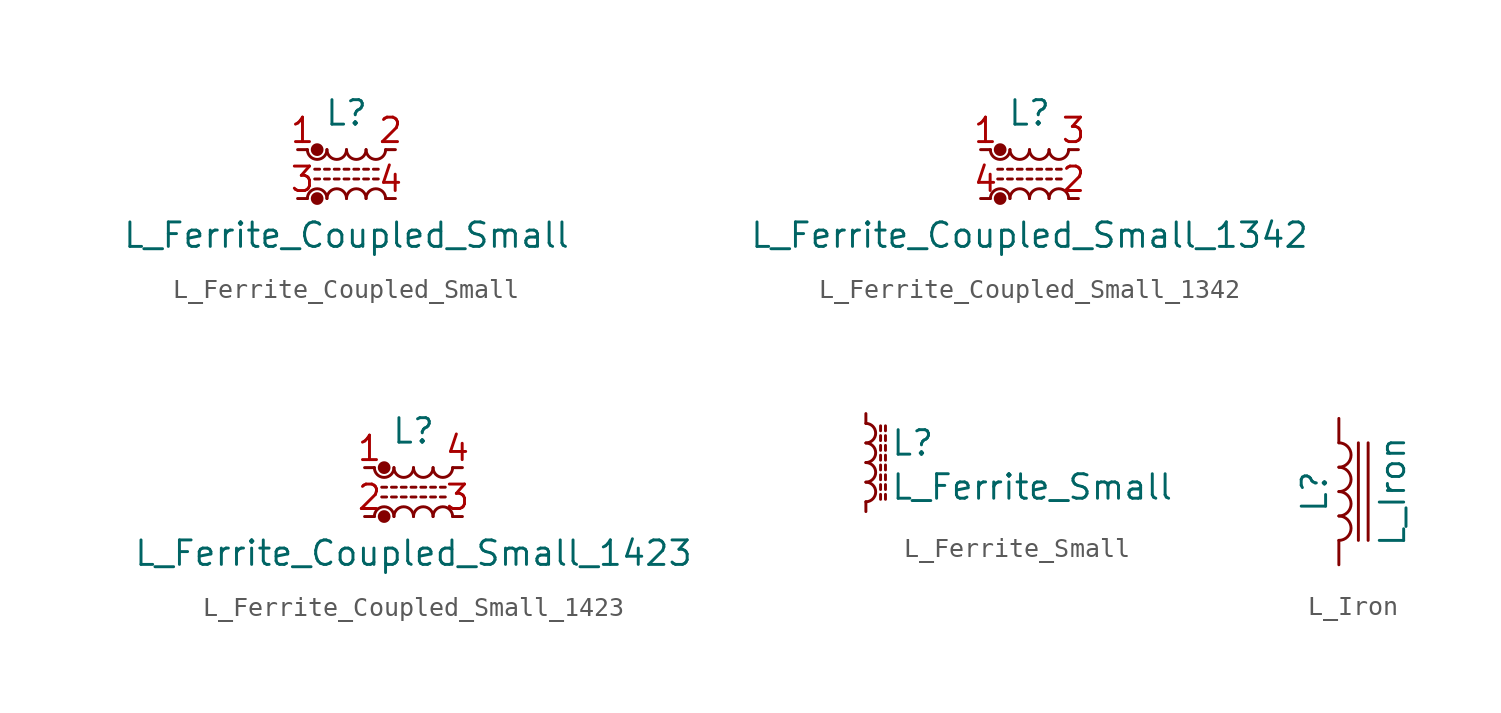
<source format=kicad_sym>
(kicad_symbol_lib
  (version 20241209)
  (generator "kicad_symbol_editor")
  (generator_version "9.0")
  (symbol "L_Ferrite_Coupled_Small"
    (pin_names
      (offset 0.254)
      (hide yes))
    (property "Reference" "L"
      (at 0 3.175 0)
      (effects (font (size 1.27 1.27))))
    (property "Value" "L_Ferrite_Coupled_Small"
      (at 0 -3.175 0)
      (effects (font (size 1.27 1.27))))
    (symbol "L_Ferrite_Coupled_Small_0_1"
      (polyline (pts (xy -1.651 0.254) (xy -1.397 0.254)) (stroke (width 0) (type solid)) (fill (type none)))
      (circle (center -1.524 1.27) (radius 0.254) (stroke (width 0) (type solid)) (fill (type outline)))
      (arc (start -1.016 1.27) (mid -1.524 0.762) (end -2.032 1.27) (stroke (width 0) (type solid)) (fill (type none)))
      (arc (start -2.032 -1.27) (mid -1.524 -0.762) (end -1.016 -1.27) (stroke (width 0) (type solid)) (fill (type none)))
      (circle (center -1.524 -1.27) (radius 0.254) (stroke (width 0) (type solid)) (fill (type outline)))
      (polyline (pts (xy -1.397 -0.254) (xy -1.651 -0.254)) (stroke (width 0) (type solid)) (fill (type none)))
      (polyline (pts (xy -1.143 0.254) (xy -0.889 0.254)) (stroke (width 0) (type solid)) (fill (type none)))
      (polyline (pts (xy -0.889 -0.254) (xy -1.143 -0.254)) (stroke (width 0) (type solid)) (fill (type none)))
      (polyline (pts (xy -0.635 0.254) (xy -0.381 0.254)) (stroke (width 0) (type solid)) (fill (type none)))
      (arc (start 0 1.27) (mid -0.508 0.762) (end -1.016 1.27) (stroke (width 0) (type solid)) (fill (type none)))
      (arc (start -1.016 -1.27) (mid -0.508 -0.762) (end 0 -1.27) (stroke (width 0) (type solid)) (fill (type none)))
      (polyline (pts (xy -0.381 -0.254) (xy -0.635 -0.254)) (stroke (width 0) (type solid)) (fill (type none)))
      (polyline (pts (xy -0.127 0.254) (xy 0.127 0.254)) (stroke (width 0) (type solid)) (fill (type none)))
      (polyline (pts (xy 0.127 -0.254) (xy -0.127 -0.254)) (stroke (width 0) (type solid)) (fill (type none)))
      (polyline (pts (xy 0.381 0.254) (xy 0.635 0.254)) (stroke (width 0) (type solid)) (fill (type none)))
      (arc (start 1.016 1.27) (mid 0.508 0.762) (end 0 1.27) (stroke (width 0) (type solid)) (fill (type none)))
      (arc (start 0 -1.27) (mid 0.508 -0.762) (end 1.016 -1.27) (stroke (width 0) (type solid)) (fill (type none)))
      (polyline (pts (xy 0.635 -0.254) (xy 0.381 -0.254)) (stroke (width 0) (type solid)) (fill (type none)))
      (polyline (pts (xy 0.889 0.254) (xy 1.143 0.254)) (stroke (width 0) (type solid)) (fill (type none)))
      (polyline (pts (xy 1.143 -0.254) (xy 0.889 -0.254)) (stroke (width 0) (type solid)) (fill (type none)))
      (polyline (pts (xy 1.397 0.254) (xy 1.651 0.254)) (stroke (width 0) (type solid)) (fill (type none)))
      (arc (start 2.032 1.27) (mid 1.524 0.762) (end 1.016 1.27) (stroke (width 0) (type solid)) (fill (type none)))
      (arc (start 1.016 -1.27) (mid 1.524 -0.762) (end 2.032 -1.27) (stroke (width 0) (type solid)) (fill (type none)))
      (polyline (pts (xy 1.651 -0.254) (xy 1.397 -0.254)) (stroke (width 0) (type solid)) (fill (type none))))
    (symbol "L_Ferrite_Coupled_Small_1_1"
      (pin passive line (at -2.54 1.27 0) (length 0.508) (name "1" (effects (font (size 1.27 1.27)))) (number "1" (effects (font (size 1.27 1.27)))))
      (pin passive line (at -2.54 -1.27 0) (length 0.508) (name "3" (effects (font (size 1.27 1.27)))) (number "3" (effects (font (size 1.27 1.27)))))
      (pin passive line (at 2.54 1.27 180) (length 0.508) (name "2" (effects (font (size 1.27 1.27)))) (number "2" (effects (font (size 1.27 1.27)))))
      (pin passive line (at 2.54 -1.27 180) (length 0.508) (name "4" (effects (font (size 1.27 1.27)))) (number "4" (effects (font (size 1.27 1.27)))))))
  (symbol "L_Ferrite_Coupled_Small_1342"
    (pin_names
      (offset 0.254)
      (hide yes))
    (property "Reference" "L"
      (at 0 3.175 0)
      (effects (font (size 1.27 1.27))))
    (property "Value" "L_Ferrite_Coupled_Small_1342"
      (at 0 -3.175 0)
      (effects (font (size 1.27 1.27))))
    (symbol "L_Ferrite_Coupled_Small_1342_0_1"
      (polyline (pts (xy -1.651 0.254) (xy -1.397 0.254)) (stroke (width 0) (type solid)) (fill (type none)))
      (circle (center -1.524 1.27) (radius 0.254) (stroke (width 0) (type solid)) (fill (type outline)))
      (arc (start -1.016 1.27) (mid -1.524 0.762) (end -2.032 1.27) (stroke (width 0) (type solid)) (fill (type none)))
      (arc (start -2.032 -1.27) (mid -1.524 -0.762) (end -1.016 -1.27) (stroke (width 0) (type solid)) (fill (type none)))
      (circle (center -1.524 -1.27) (radius 0.254) (stroke (width 0) (type solid)) (fill (type outline)))
      (polyline (pts (xy -1.397 -0.254) (xy -1.651 -0.254)) (stroke (width 0) (type solid)) (fill (type none)))
      (polyline (pts (xy -1.143 0.254) (xy -0.889 0.254)) (stroke (width 0) (type solid)) (fill (type none)))
      (polyline (pts (xy -0.889 -0.254) (xy -1.143 -0.254)) (stroke (width 0) (type solid)) (fill (type none)))
      (polyline (pts (xy -0.635 0.254) (xy -0.381 0.254)) (stroke (width 0) (type solid)) (fill (type none)))
      (arc (start 0 1.27) (mid -0.508 0.762) (end -1.016 1.27) (stroke (width 0) (type solid)) (fill (type none)))
      (arc (start -1.016 -1.27) (mid -0.508 -0.762) (end 0 -1.27) (stroke (width 0) (type solid)) (fill (type none)))
      (polyline (pts (xy -0.381 -0.254) (xy -0.635 -0.254)) (stroke (width 0) (type solid)) (fill (type none)))
      (polyline (pts (xy -0.127 0.254) (xy 0.127 0.254)) (stroke (width 0) (type solid)) (fill (type none)))
      (polyline (pts (xy 0.127 -0.254) (xy -0.127 -0.254)) (stroke (width 0) (type solid)) (fill (type none)))
      (polyline (pts (xy 0.381 0.254) (xy 0.635 0.254)) (stroke (width 0) (type solid)) (fill (type none)))
      (arc (start 1.016 1.27) (mid 0.508 0.762) (end 0 1.27) (stroke (width 0) (type solid)) (fill (type none)))
      (arc (start 0 -1.27) (mid 0.508 -0.762) (end 1.016 -1.27) (stroke (width 0) (type solid)) (fill (type none)))
      (polyline (pts (xy 0.635 -0.254) (xy 0.381 -0.254)) (stroke (width 0) (type solid)) (fill (type none)))
      (polyline (pts (xy 0.889 0.254) (xy 1.143 0.254)) (stroke (width 0) (type solid)) (fill (type none)))
      (polyline (pts (xy 1.143 -0.254) (xy 0.889 -0.254)) (stroke (width 0) (type solid)) (fill (type none)))
      (polyline (pts (xy 1.397 0.254) (xy 1.651 0.254)) (stroke (width 0) (type solid)) (fill (type none)))
      (arc (start 2.032 1.27) (mid 1.524 0.762) (end 1.016 1.27) (stroke (width 0) (type solid)) (fill (type none)))
      (arc (start 1.016 -1.27) (mid 1.524 -0.762) (end 2.032 -1.27) (stroke (width 0) (type solid)) (fill (type none)))
      (polyline (pts (xy 1.651 -0.254) (xy 1.397 -0.254)) (stroke (width 0) (type solid)) (fill (type none))))
    (symbol "L_Ferrite_Coupled_Small_1342_1_1"
      (pin passive line (at -2.54 1.27 0) (length 0.508) (name "1" (effects (font (size 1.27 1.27)))) (number "1" (effects (font (size 1.27 1.27)))))
      (pin passive line (at -2.54 -1.27 0) (length 0.508) (name "4" (effects (font (size 1.27 1.27)))) (number "4" (effects (font (size 1.27 1.27)))))
      (pin passive line (at 2.54 1.27 180) (length 0.508) (name "3" (effects (font (size 1.27 1.27)))) (number "3" (effects (font (size 1.27 1.27)))))
      (pin passive line (at 2.54 -1.27 180) (length 0.508) (name "2" (effects (font (size 1.27 1.27)))) (number "2" (effects (font (size 1.27 1.27)))))))
  (symbol "L_Ferrite_Coupled_Small_1423"
    (pin_names
      (offset 0.254)
      (hide yes))
    (property "Reference" "L"
      (at 0 3.175 0)
      (effects (font (size 1.27 1.27))))
    (property "Value" "L_Ferrite_Coupled_Small_1423"
      (at 0 -3.175 0)
      (effects (font (size 1.27 1.27))))
    (symbol "L_Ferrite_Coupled_Small_1423_0_1"
      (polyline (pts (xy -1.651 0.254) (xy -1.397 0.254)) (stroke (width 0) (type solid)) (fill (type none)))
      (circle (center -1.524 1.27) (radius 0.254) (stroke (width 0) (type solid)) (fill (type outline)))
      (arc (start -1.016 1.27) (mid -1.524 0.762) (end -2.032 1.27) (stroke (width 0) (type solid)) (fill (type none)))
      (arc (start -2.032 -1.27) (mid -1.524 -0.762) (end -1.016 -1.27) (stroke (width 0) (type solid)) (fill (type none)))
      (circle (center -1.524 -1.27) (radius 0.254) (stroke (width 0) (type solid)) (fill (type outline)))
      (polyline (pts (xy -1.397 -0.254) (xy -1.651 -0.254)) (stroke (width 0) (type solid)) (fill (type none)))
      (polyline (pts (xy -1.143 0.254) (xy -0.889 0.254)) (stroke (width 0) (type solid)) (fill (type none)))
      (polyline (pts (xy -0.889 -0.254) (xy -1.143 -0.254)) (stroke (width 0) (type solid)) (fill (type none)))
      (polyline (pts (xy -0.635 0.254) (xy -0.381 0.254)) (stroke (width 0) (type solid)) (fill (type none)))
      (arc (start 0 1.27) (mid -0.508 0.762) (end -1.016 1.27) (stroke (width 0) (type solid)) (fill (type none)))
      (arc (start -1.016 -1.27) (mid -0.508 -0.762) (end 0 -1.27) (stroke (width 0) (type solid)) (fill (type none)))
      (polyline (pts (xy -0.381 -0.254) (xy -0.635 -0.254)) (stroke (width 0) (type solid)) (fill (type none)))
      (polyline (pts (xy -0.127 0.254) (xy 0.127 0.254)) (stroke (width 0) (type solid)) (fill (type none)))
      (polyline (pts (xy 0.127 -0.254) (xy -0.127 -0.254)) (stroke (width 0) (type solid)) (fill (type none)))
      (polyline (pts (xy 0.381 0.254) (xy 0.635 0.254)) (stroke (width 0) (type solid)) (fill (type none)))
      (arc (start 1.016 1.27) (mid 0.508 0.762) (end 0 1.27) (stroke (width 0) (type solid)) (fill (type none)))
      (arc (start 0 -1.27) (mid 0.508 -0.762) (end 1.016 -1.27) (stroke (width 0) (type solid)) (fill (type none)))
      (polyline (pts (xy 0.635 -0.254) (xy 0.381 -0.254)) (stroke (width 0) (type solid)) (fill (type none)))
      (polyline (pts (xy 0.889 0.254) (xy 1.143 0.254)) (stroke (width 0) (type solid)) (fill (type none)))
      (polyline (pts (xy 1.143 -0.254) (xy 0.889 -0.254)) (stroke (width 0) (type solid)) (fill (type none)))
      (polyline (pts (xy 1.397 0.254) (xy 1.651 0.254)) (stroke (width 0) (type solid)) (fill (type none)))
      (arc (start 2.032 1.27) (mid 1.524 0.762) (end 1.016 1.27) (stroke (width 0) (type solid)) (fill (type none)))
      (arc (start 1.016 -1.27) (mid 1.524 -0.762) (end 2.032 -1.27) (stroke (width 0) (type solid)) (fill (type none)))
      (polyline (pts (xy 1.651 -0.254) (xy 1.397 -0.254)) (stroke (width 0) (type solid)) (fill (type none))))
    (symbol "L_Ferrite_Coupled_Small_1423_1_1"
      (pin passive line (at -2.54 1.27 0) (length 0.508) (name "1" (effects (font (size 1.27 1.27)))) (number "1" (effects (font (size 1.27 1.27)))))
      (pin passive line (at -2.54 -1.27 0) (length 0.508) (name "2" (effects (font (size 1.27 1.27)))) (number "2" (effects (font (size 1.27 1.27)))))
      (pin passive line (at 2.54 1.27 180) (length 0.508) (name "4" (effects (font (size 1.27 1.27)))) (number "4" (effects (font (size 1.27 1.27)))))
      (pin passive line (at 2.54 -1.27 180) (length 0.508) (name "3" (effects (font (size 1.27 1.27)))) (number "3" (effects (font (size 1.27 1.27)))))))
  (symbol "L_Ferrite_Small"
    (pin_numbers
      (hide yes))
    (pin_names
      (offset 0.254)
      (hide yes))
    (property "Reference" "L"
      (at 1.27 1.016 0)
      (effects (font (size 1.27 1.27)) (justify left)))
    (property "Value" "L_Ferrite_Small"
      (at 1.27 -1.27 0)
      (effects (font (size 1.27 1.27)) (justify left)))
    (symbol "L_Ferrite_Small_0_1"
      (arc (start 0 2.032) (mid 0.508 1.524) (end 0 1.016) (stroke (width 0) (type solid)) (fill (type none)))
      (arc (start 0 1.016) (mid 0.508 0.508) (end 0 0) (stroke (width 0) (type solid)) (fill (type none)))
      (arc (start 0 0) (mid 0.508 -0.508) (end 0 -1.016) (stroke (width 0) (type solid)) (fill (type none)))
      (arc (start 0 -1.016) (mid 0.508 -1.524) (end 0 -2.032) (stroke (width 0) (type solid)) (fill (type none)))
      (polyline (pts (xy 0.762 1.651) (xy 0.762 1.905)) (stroke (width 0) (type solid)) (fill (type none)))
      (polyline (pts (xy 0.762 1.143) (xy 0.762 1.397)) (stroke (width 0) (type solid)) (fill (type none)))
      (polyline (pts (xy 0.762 0.635) (xy 0.762 0.889)) (stroke (width 0) (type solid)) (fill (type none)))
      (polyline (pts (xy 0.762 0.127) (xy 0.762 0.381)) (stroke (width 0) (type solid)) (fill (type none)))
      (polyline (pts (xy 0.762 -0.381) (xy 0.762 -0.127)) (stroke (width 0) (type solid)) (fill (type none)))
      (polyline (pts (xy 0.762 -0.889) (xy 0.762 -0.635)) (stroke (width 0) (type solid)) (fill (type none)))
      (polyline (pts (xy 0.762 -1.397) (xy 0.762 -1.143)) (stroke (width 0) (type solid)) (fill (type none)))
      (polyline (pts (xy 0.762 -1.905) (xy 0.762 -1.651)) (stroke (width 0) (type solid)) (fill (type none)))
      (polyline (pts (xy 1.016 1.905) (xy 1.016 1.651)) (stroke (width 0) (type solid)) (fill (type none)))
      (polyline (pts (xy 1.016 1.397) (xy 1.016 1.143)) (stroke (width 0) (type solid)) (fill (type none)))
      (polyline (pts (xy 1.016 0.889) (xy 1.016 0.635)) (stroke (width 0) (type solid)) (fill (type none)))
      (polyline (pts (xy 1.016 0.381) (xy 1.016 0.127)) (stroke (width 0) (type solid)) (fill (type none)))
      (polyline (pts (xy 1.016 -0.127) (xy 1.016 -0.381)) (stroke (width 0) (type solid)) (fill (type none)))
      (polyline (pts (xy 1.016 -0.635) (xy 1.016 -0.889)) (stroke (width 0) (type solid)) (fill (type none)))
      (polyline (pts (xy 1.016 -1.143) (xy 1.016 -1.397)) (stroke (width 0) (type solid)) (fill (type none)))
      (polyline (pts (xy 1.016 -1.651) (xy 1.016 -1.905)) (stroke (width 0) (type solid)) (fill (type none))))
    (symbol "L_Ferrite_Small_1_1"
      (pin passive line (at 0 2.54 270) (length 0.508) (name "~" (effects (font (size 1.27 1.27)))) (number "1" (effects (font (size 1.27 1.27)))))
      (pin passive line (at 0 -2.54 90) (length 0.508) (name "~" (effects (font (size 1.27 1.27)))) (number "2" (effects (font (size 1.27 1.27)))))))
  (symbol "L_Iron"
    (pin_numbers
      (hide yes))
    (pin_names
      (offset 1.016)
      (hide yes))
    (property "Reference" "L"
      (at -1.27 0 90)
      (effects (font (size 1.27 1.27))))
    (property "Value" "L_Iron"
      (at 2.794 0 90)
      (effects (font (size 1.27 1.27))))
    (symbol "L_Iron_0_1"
      (arc (start 0 2.54) (mid 0.635 1.905) (end 0 1.27) (stroke (width 0) (type solid)) (fill (type none)))
      (arc (start 0 1.27) (mid 0.635 0.635) (end 0 0) (stroke (width 0) (type solid)) (fill (type none)))
      (arc (start 0 0) (mid 0.635 -0.635) (end 0 -1.27) (stroke (width 0) (type solid)) (fill (type none)))
      (arc (start 0 -1.27) (mid 0.635 -1.905) (end 0 -2.54) (stroke (width 0) (type solid)) (fill (type none)))
      (polyline (pts (xy 1.016 2.54) (xy 1.016 -2.54)) (stroke (width 0) (type solid)) (fill (type none)))
      (polyline (pts (xy 1.524 -2.54) (xy 1.524 2.54)) (stroke (width 0) (type solid)) (fill (type none))))
    (symbol "L_Iron_1_1"
      (pin passive line (at 0 3.81 270) (length 1.27) (name "1" (effects (font (size 1.27 1.27)))) (number "1" (effects (font (size 1.27 1.27)))))
      (pin passive line (at 0 -3.81 90) (length 1.27) (name "2" (effects (font (size 1.27 1.27)))) (number "2" (effects (font (size 1.27 1.27))))))))
</source>
